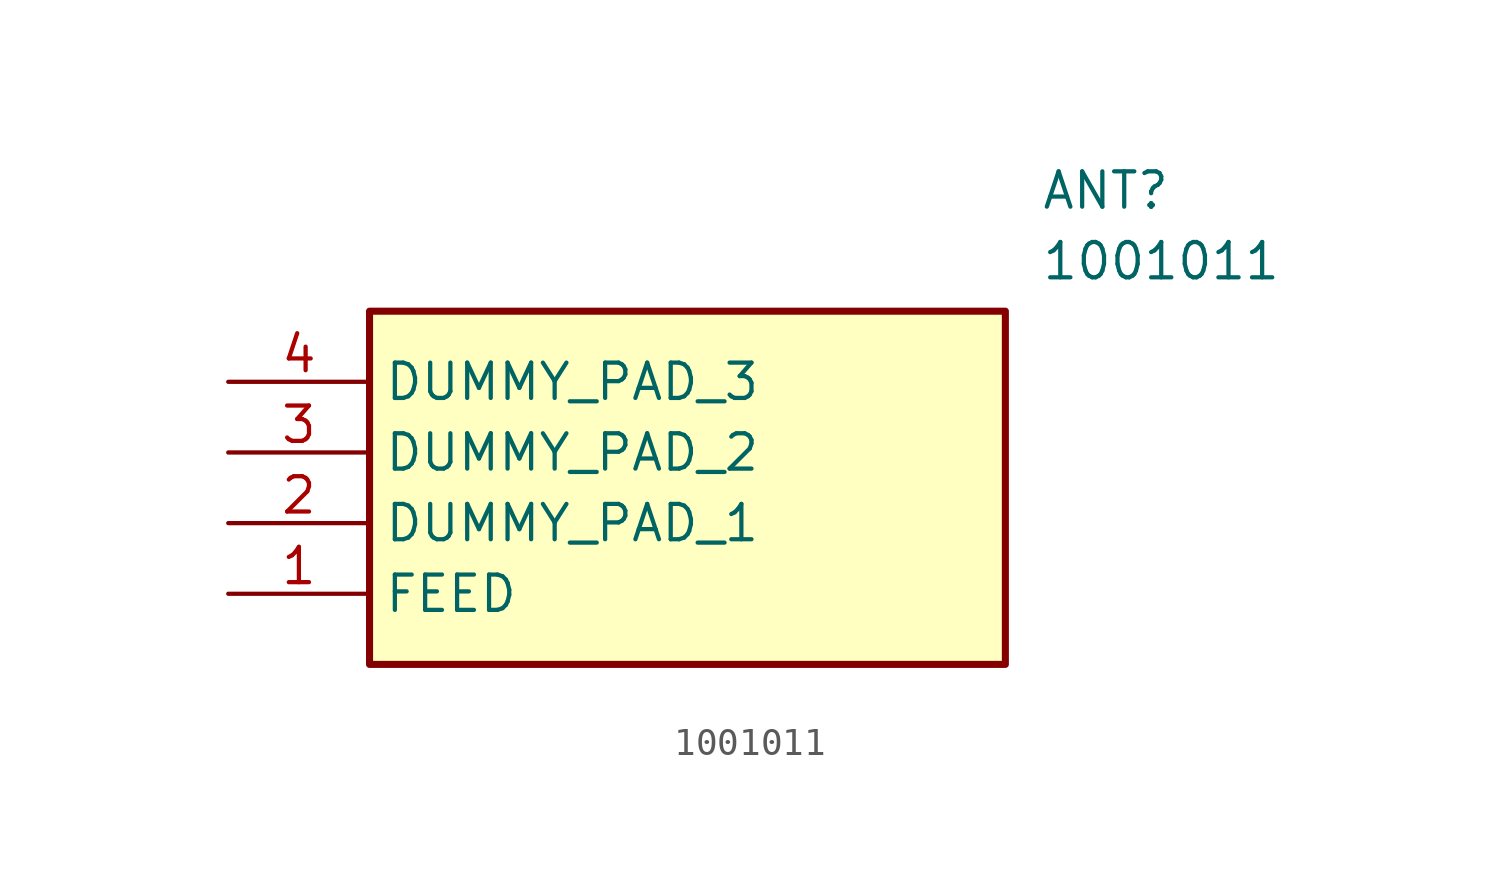
<source format=kicad_sym>
(kicad_symbol_lib
  (version 20211014)
  (generator SamacSys_ECAD_Model)
  (symbol "1001011"
    (property "Reference" "ANT"
      (at 29.21 7.62 0)
      (effects (font (size 1.27 1.27)) (justify left top)))
    (property "Value" "1001011"
      (at 29.21 5.08 0)
      (effects (font (size 1.27 1.27)) (justify left top)))
    (rectangle
      (start 5.08 2.54)
      (end 27.94 -10.16)
      (stroke (width 0.254) (type default))
      (fill (type background)))
    (pin passive line
      (at 0 -7.62 0)
      (length 5.08)
      (name "FEED" (effects (font (size 1.27 1.27))))
      (number "1" (effects (font (size 1.27 1.27)))))
    (pin passive line
      (at 0 -5.08 0)
      (length 5.08)
      (name "DUMMY_PAD_1" (effects (font (size 1.27 1.27))))
      (number "2" (effects (font (size 1.27 1.27)))))
    (pin passive line
      (at 0 -2.54 0)
      (length 5.08)
      (name "DUMMY_PAD_2" (effects (font (size 1.27 1.27))))
      (number "3" (effects (font (size 1.27 1.27)))))
    (pin passive line
      (at 0 0 0)
      (length 5.08)
      (name "DUMMY_PAD_3" (effects (font (size 1.27 1.27))))
      (number "4" (effects (font (size 1.27 1.27)))))))
</source>
